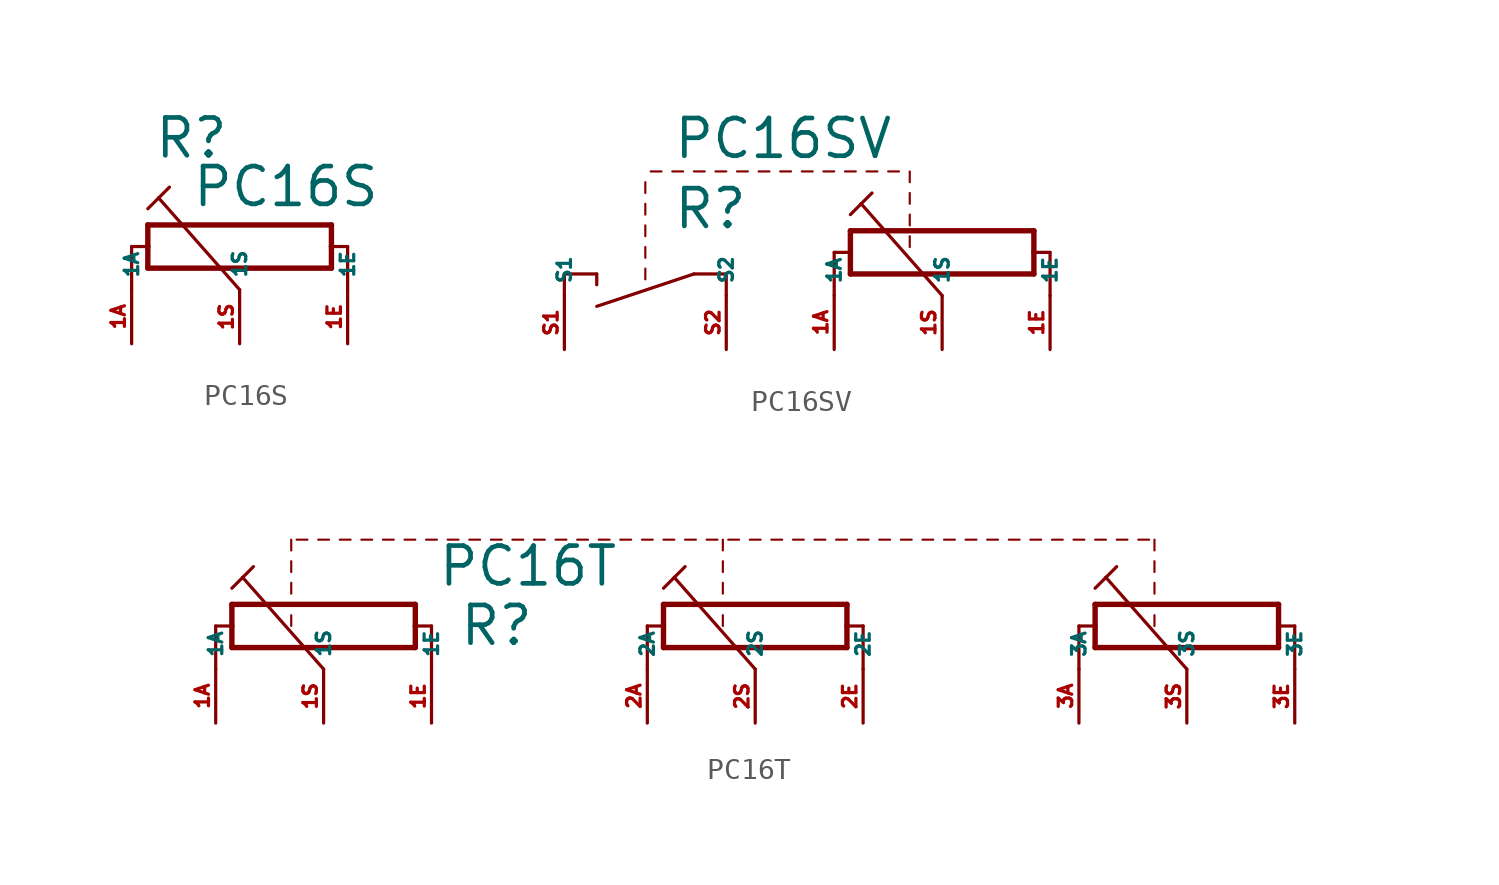
<source format=kicad_sym>
(kicad_symbol_lib
  (version 20220914)
  (generator Eagle2Kicad)
  (symbol "PC16S"
    (property "Reference" "R"
      (at -4.064 3.556 0)
      (effects (font (size 1.778 1.778) (thickness 0.22)) (justify left bottom)))
    (property "Value" "PC16S"
      (at -2.286 1.27 0)
      (effects (font (size 1.778 1.778) (thickness 0.22)) (justify left bottom)))
    (polyline
      (pts (xy -4.318 -1.524) (xy -4.318 -0.508))
      (stroke (width 0.254) (type default))
      (fill (type none)))
    (polyline
      (pts (xy -4.318 -0.508) (xy -4.318 0.508))
      (stroke (width 0.254) (type default))
      (fill (type none)))
    (polyline
      (pts (xy -4.318 0.508) (xy 4.318 0.508))
      (stroke (width 0.254) (type default))
      (fill (type none)))
    (polyline
      (pts (xy 4.318 0.508) (xy 4.318 -0.508))
      (stroke (width 0.254) (type default))
      (fill (type none)))
    (polyline
      (pts (xy 4.318 -0.508) (xy 4.318 -1.524))
      (stroke (width 0.254) (type default))
      (fill (type none)))
    (polyline
      (pts (xy 4.318 -1.524) (xy -4.318 -1.524))
      (stroke (width 0.254) (type default))
      (fill (type none)))
    (polyline
      (pts (xy -5.08 -2.54) (xy -5.08 -0.508))
      (stroke (width 0.152) (type default))
      (fill (type none)))
    (polyline
      (pts (xy -5.08 -0.508) (xy -4.318 -0.508))
      (stroke (width 0.152) (type default))
      (fill (type none)))
    (polyline
      (pts (xy 5.08 -2.54) (xy 5.08 -0.508))
      (stroke (width 0.152) (type default))
      (fill (type none)))
    (polyline
      (pts (xy 5.08 -0.508) (xy 4.318 -0.508))
      (stroke (width 0.152) (type default))
      (fill (type none)))
    (polyline
      (pts (xy 0 -2.54) (xy -3.81 1.778))
      (stroke (width 0.152) (type default))
      (fill (type none)))
    (polyline
      (pts (xy -4.318 1.27) (xy -3.81 1.778))
      (stroke (width 0.152) (type default))
      (fill (type none)))
    (polyline
      (pts (xy -3.81 1.778) (xy -3.302 2.286))
      (stroke (width 0.152) (type default))
      (fill (type none)))
    (pin passive line
      (at -5.08 -5.08 90)
      (length 2.54)
      (name "1A" (effects (font (size 0.635 0.635) (thickness 0.08)) (justify left bottom)))
      (number "1A" (effects (font (size 0.635 0.635) (thickness 0.08)) (justify left bottom))))
    (pin passive line
      (at 0 -5.08 90)
      (length 2.54)
      (name "1S" (effects (font (size 0.635 0.635) (thickness 0.08)) (justify left bottom)))
      (number "1S" (effects (font (size 0.635 0.635) (thickness 0.08)) (justify left bottom))))
    (pin passive line
      (at 5.08 -5.08 90)
      (length 2.54)
      (name "1E" (effects (font (size 0.635 0.635) (thickness 0.08)) (justify left bottom)))
      (number "1E" (effects (font (size 0.635 0.635) (thickness 0.08)) (justify left bottom)))))
  (symbol "PC16SV"
    (property "Reference" "R"
      (at -7.62 0.508 0)
      (effects (font (size 1.778 1.778) (thickness 0.22)) (justify left bottom)))
    (property "Value" "PC16SV"
      (at -7.62 3.81 0)
      (effects (font (size 1.778 1.778) (thickness 0.22)) (justify left bottom)))
    (polyline
      (pts (xy 0.762 -1.524) (xy 0.762 -0.508))
      (stroke (width 0.254) (type default))
      (fill (type none)))
    (polyline
      (pts (xy 0.762 -0.508) (xy 0.762 0.508))
      (stroke (width 0.254) (type default))
      (fill (type none)))
    (polyline
      (pts (xy 0.762 0.508) (xy 9.398 0.508))
      (stroke (width 0.254) (type default))
      (fill (type none)))
    (polyline
      (pts (xy 9.398 0.508) (xy 9.398 -0.508))
      (stroke (width 0.254) (type default))
      (fill (type none)))
    (polyline
      (pts (xy 9.398 -0.508) (xy 9.398 -1.524))
      (stroke (width 0.254) (type default))
      (fill (type none)))
    (polyline
      (pts (xy 9.398 -1.524) (xy 0.762 -1.524))
      (stroke (width 0.254) (type default))
      (fill (type none)))
    (polyline
      (pts (xy 0 -2.54) (xy 0 -0.508))
      (stroke (width 0.152) (type default))
      (fill (type none)))
    (polyline
      (pts (xy 0 -0.508) (xy 0.762 -0.508))
      (stroke (width 0.152) (type default))
      (fill (type none)))
    (polyline
      (pts (xy 10.16 -2.54) (xy 10.16 -0.508))
      (stroke (width 0.152) (type default))
      (fill (type none)))
    (polyline
      (pts (xy 10.16 -0.508) (xy 9.398 -0.508))
      (stroke (width 0.152) (type default))
      (fill (type none)))
    (polyline
      (pts (xy 5.08 -2.54) (xy 1.27 1.778))
      (stroke (width 0.152) (type default))
      (fill (type none)))
    (polyline
      (pts (xy 0.762 1.27) (xy 1.27 1.778))
      (stroke (width 0.152) (type default))
      (fill (type none)))
    (polyline
      (pts (xy 1.27 1.778) (xy 1.778 2.286))
      (stroke (width 0.152) (type default))
      (fill (type none)))
    (polyline
      (pts (xy -12.7 -2.54) (xy -12.7 -1.524))
      (stroke (width 0.152) (type default))
      (fill (type none)))
    (polyline
      (pts (xy -12.7 -1.524) (xy -11.176 -1.524))
      (stroke (width 0.152) (type default))
      (fill (type none)))
    (polyline
      (pts (xy -5.08 -2.54) (xy -5.08 -1.524))
      (stroke (width 0.152) (type default))
      (fill (type none)))
    (polyline
      (pts (xy -6.604 -1.524) (xy -5.08 -1.524))
      (stroke (width 0.152) (type default))
      (fill (type none)))
    (polyline
      (pts (xy -6.604 -1.524) (xy -11.176 -3.048))
      (stroke (width 0.152) (type default))
      (fill (type none)))
    (polyline
      (pts (xy -11.176 -1.524) (xy -11.176 -2.032))
      (stroke (width 0.152) (type default))
      (fill (type none)))
    (polyline
      (pts (xy 3.556 3.302) (xy 3.556 2.794))
      (stroke (width 0.102) (type default))
      (fill (type none)))
    (polyline
      (pts (xy 3.556 2.286) (xy 3.556 1.778))
      (stroke (width 0.102) (type default))
      (fill (type none)))
    (polyline
      (pts (xy 3.556 1.27) (xy 3.556 0.762))
      (stroke (width 0.102) (type default))
      (fill (type none)))
    (polyline
      (pts (xy 3.556 0.254) (xy 3.556 -0.254))
      (stroke (width 0.102) (type default))
      (fill (type none)))
    (polyline
      (pts (xy -5.08 3.302) (xy -5.588 3.302))
      (stroke (width 0.102) (type default))
      (fill (type none)))
    (polyline
      (pts (xy -6.096 3.302) (xy -6.604 3.302))
      (stroke (width 0.102) (type default))
      (fill (type none)))
    (polyline
      (pts (xy -7.112 3.302) (xy -7.62 3.302))
      (stroke (width 0.102) (type default))
      (fill (type none)))
    (polyline
      (pts (xy -8.128 3.302) (xy -8.636 3.302))
      (stroke (width 0.102) (type default))
      (fill (type none)))
    (polyline
      (pts (xy -1.016 3.302) (xy -1.524 3.302))
      (stroke (width 0.102) (type default))
      (fill (type none)))
    (polyline
      (pts (xy -2.032 3.302) (xy -2.54 3.302))
      (stroke (width 0.102) (type default))
      (fill (type none)))
    (polyline
      (pts (xy -3.048 3.302) (xy -3.556 3.302))
      (stroke (width 0.102) (type default))
      (fill (type none)))
    (polyline
      (pts (xy -4.064 3.302) (xy -4.572 3.302))
      (stroke (width 0.102) (type default))
      (fill (type none)))
    (polyline
      (pts (xy 3.048 3.302) (xy 2.54 3.302))
      (stroke (width 0.102) (type default))
      (fill (type none)))
    (polyline
      (pts (xy 2.032 3.302) (xy 1.524 3.302))
      (stroke (width 0.102) (type default))
      (fill (type none)))
    (polyline
      (pts (xy 1.016 3.302) (xy 0.508 3.302))
      (stroke (width 0.102) (type default))
      (fill (type none)))
    (polyline
      (pts (xy 0 3.302) (xy -0.508 3.302))
      (stroke (width 0.102) (type default))
      (fill (type none)))
    (polyline
      (pts (xy -8.89 1.778) (xy -8.89 1.27))
      (stroke (width 0.102) (type default))
      (fill (type none)))
    (polyline
      (pts (xy -8.89 0.762) (xy -8.89 0.254))
      (stroke (width 0.102) (type default))
      (fill (type none)))
    (polyline
      (pts (xy -8.89 -0.254) (xy -8.89 -0.762))
      (stroke (width 0.102) (type default))
      (fill (type none)))
    (polyline
      (pts (xy -8.89 -1.27) (xy -8.89 -1.778))
      (stroke (width 0.102) (type default))
      (fill (type none)))
    (polyline
      (pts (xy -8.89 2.794) (xy -8.89 2.286))
      (stroke (width 0.102) (type default))
      (fill (type none)))
    (pin passive line
      (at 0 -5.08 90)
      (length 2.54)
      (name "1A" (effects (font (size 0.635 0.635) (thickness 0.08)) (justify left bottom)))
      (number "1A" (effects (font (size 0.635 0.635) (thickness 0.08)) (justify left bottom))))
    (pin passive line
      (at 5.08 -5.08 90)
      (length 2.54)
      (name "1S" (effects (font (size 0.635 0.635) (thickness 0.08)) (justify left bottom)))
      (number "1S" (effects (font (size 0.635 0.635) (thickness 0.08)) (justify left bottom))))
    (pin passive line
      (at 10.16 -5.08 90)
      (length 2.54)
      (name "1E" (effects (font (size 0.635 0.635) (thickness 0.08)) (justify left bottom)))
      (number "1E" (effects (font (size 0.635 0.635) (thickness 0.08)) (justify left bottom))))
    (pin passive line
      (at -12.7 -5.08 90)
      (length 2.54)
      (name "S1" (effects (font (size 0.635 0.635) (thickness 0.08)) (justify left bottom)))
      (number "S1" (effects (font (size 0.635 0.635) (thickness 0.08)) (justify left bottom))))
    (pin passive line
      (at -5.08 -5.08 90)
      (length 2.54)
      (name "S2" (effects (font (size 0.635 0.635) (thickness 0.08)) (justify left bottom)))
      (number "S2" (effects (font (size 0.635 0.635) (thickness 0.08)) (justify left bottom)))))
  (symbol "PC16T"
    (property "Reference" "R"
      (at -13.97 -1.524 0)
      (effects (font (size 1.778 1.778) (thickness 0.22)) (justify left bottom)))
    (property "Value" "PC16T"
      (at -14.986 1.27 0)
      (effects (font (size 1.778 1.778) (thickness 0.22)) (justify left bottom)))
    (polyline
      (pts (xy -24.638 -1.524) (xy -24.638 -0.508))
      (stroke (width 0.254) (type default))
      (fill (type none)))
    (polyline
      (pts (xy -24.638 -0.508) (xy -24.638 0.508))
      (stroke (width 0.254) (type default))
      (fill (type none)))
    (polyline
      (pts (xy -24.638 0.508) (xy -16.002 0.508))
      (stroke (width 0.254) (type default))
      (fill (type none)))
    (polyline
      (pts (xy -16.002 0.508) (xy -16.002 -0.508))
      (stroke (width 0.254) (type default))
      (fill (type none)))
    (polyline
      (pts (xy -16.002 -0.508) (xy -16.002 -1.524))
      (stroke (width 0.254) (type default))
      (fill (type none)))
    (polyline
      (pts (xy -16.002 -1.524) (xy -24.638 -1.524))
      (stroke (width 0.254) (type default))
      (fill (type none)))
    (polyline
      (pts (xy -25.4 -2.54) (xy -25.4 -0.508))
      (stroke (width 0.152) (type default))
      (fill (type none)))
    (polyline
      (pts (xy -25.4 -0.508) (xy -24.638 -0.508))
      (stroke (width 0.152) (type default))
      (fill (type none)))
    (polyline
      (pts (xy -15.24 -2.54) (xy -15.24 -0.508))
      (stroke (width 0.152) (type default))
      (fill (type none)))
    (polyline
      (pts (xy -15.24 -0.508) (xy -16.002 -0.508))
      (stroke (width 0.152) (type default))
      (fill (type none)))
    (polyline
      (pts (xy -20.32 -2.54) (xy -24.13 1.778))
      (stroke (width 0.152) (type default))
      (fill (type none)))
    (polyline
      (pts (xy -24.638 1.27) (xy -24.13 1.778))
      (stroke (width 0.152) (type default))
      (fill (type none)))
    (polyline
      (pts (xy -24.13 1.778) (xy -23.622 2.286))
      (stroke (width 0.152) (type default))
      (fill (type none)))
    (polyline
      (pts (xy -21.844 -0.508) (xy -21.844 0))
      (stroke (width 0.102) (type default))
      (fill (type none)))
    (polyline
      (pts (xy -21.844 1.016) (xy -21.844 1.524))
      (stroke (width 0.102) (type default))
      (fill (type none)))
    (polyline
      (pts (xy -21.844 2.032) (xy -21.844 2.54))
      (stroke (width 0.102) (type default))
      (fill (type none)))
    (polyline
      (pts (xy -21.844 3.048) (xy -21.844 3.556))
      (stroke (width 0.102) (type default))
      (fill (type none)))
    (polyline
      (pts (xy -18.034 3.556) (xy -18.542 3.556))
      (stroke (width 0.102) (type default))
      (fill (type none)))
    (polyline
      (pts (xy -19.05 3.556) (xy -19.558 3.556))
      (stroke (width 0.102) (type default))
      (fill (type none)))
    (polyline
      (pts (xy -20.066 3.556) (xy -20.574 3.556))
      (stroke (width 0.102) (type default))
      (fill (type none)))
    (polyline
      (pts (xy -21.082 3.556) (xy -21.59 3.556))
      (stroke (width 0.102) (type default))
      (fill (type none)))
    (polyline
      (pts (xy -13.97 3.556) (xy -14.478 3.556))
      (stroke (width 0.102) (type default))
      (fill (type none)))
    (polyline
      (pts (xy -14.986 3.556) (xy -15.494 3.556))
      (stroke (width 0.102) (type default))
      (fill (type none)))
    (polyline
      (pts (xy -16.002 3.556) (xy -16.51 3.556))
      (stroke (width 0.102) (type default))
      (fill (type none)))
    (polyline
      (pts (xy -17.018 3.556) (xy -17.526 3.556))
      (stroke (width 0.102) (type default))
      (fill (type none)))
    (polyline
      (pts (xy -9.906 3.556) (xy -10.414 3.556))
      (stroke (width 0.102) (type default))
      (fill (type none)))
    (polyline
      (pts (xy -10.922 3.556) (xy -11.43 3.556))
      (stroke (width 0.102) (type default))
      (fill (type none)))
    (polyline
      (pts (xy -11.938 3.556) (xy -12.446 3.556))
      (stroke (width 0.102) (type default))
      (fill (type none)))
    (polyline
      (pts (xy -12.954 3.556) (xy -13.462 3.556))
      (stroke (width 0.102) (type default))
      (fill (type none)))
    (polyline
      (pts (xy -5.842 3.556) (xy -6.35 3.556))
      (stroke (width 0.102) (type default))
      (fill (type none)))
    (polyline
      (pts (xy -6.858 3.556) (xy -7.366 3.556))
      (stroke (width 0.102) (type default))
      (fill (type none)))
    (polyline
      (pts (xy -7.874 3.556) (xy -8.382 3.556))
      (stroke (width 0.102) (type default))
      (fill (type none)))
    (polyline
      (pts (xy -8.89 3.556) (xy -9.398 3.556))
      (stroke (width 0.102) (type default))
      (fill (type none)))
    (polyline
      (pts (xy -1.778 3.556) (xy -2.286 3.556))
      (stroke (width 0.102) (type default))
      (fill (type none)))
    (polyline
      (pts (xy -2.794 3.556) (xy -3.302 3.556))
      (stroke (width 0.102) (type default))
      (fill (type none)))
    (polyline
      (pts (xy -3.81 3.556) (xy -4.318 3.556))
      (stroke (width 0.102) (type default))
      (fill (type none)))
    (polyline
      (pts (xy -4.826 3.556) (xy -5.334 3.556))
      (stroke (width 0.102) (type default))
      (fill (type none)))
    (polyline
      (pts (xy -4.318 -1.524) (xy -4.318 -0.508))
      (stroke (width 0.254) (type default))
      (fill (type none)))
    (polyline
      (pts (xy -4.318 -0.508) (xy -4.318 0.508))
      (stroke (width 0.254) (type default))
      (fill (type none)))
    (polyline
      (pts (xy -4.318 0.508) (xy 4.318 0.508))
      (stroke (width 0.254) (type default))
      (fill (type none)))
    (polyline
      (pts (xy 4.318 0.508) (xy 4.318 -0.508))
      (stroke (width 0.254) (type default))
      (fill (type none)))
    (polyline
      (pts (xy 4.318 -0.508) (xy 4.318 -1.524))
      (stroke (width 0.254) (type default))
      (fill (type none)))
    (polyline
      (pts (xy 4.318 -1.524) (xy -4.318 -1.524))
      (stroke (width 0.254) (type default))
      (fill (type none)))
    (polyline
      (pts (xy -5.08 -2.54) (xy -5.08 -0.508))
      (stroke (width 0.152) (type default))
      (fill (type none)))
    (polyline
      (pts (xy -5.08 -0.508) (xy -4.318 -0.508))
      (stroke (width 0.152) (type default))
      (fill (type none)))
    (polyline
      (pts (xy 5.08 -2.54) (xy 5.08 -0.508))
      (stroke (width 0.152) (type default))
      (fill (type none)))
    (polyline
      (pts (xy 5.08 -0.508) (xy 4.318 -0.508))
      (stroke (width 0.152) (type default))
      (fill (type none)))
    (polyline
      (pts (xy 0 -2.54) (xy -3.81 1.778))
      (stroke (width 0.152) (type default))
      (fill (type none)))
    (polyline
      (pts (xy -4.318 1.27) (xy -3.81 1.778))
      (stroke (width 0.152) (type default))
      (fill (type none)))
    (polyline
      (pts (xy -3.81 1.778) (xy -3.302 2.286))
      (stroke (width 0.152) (type default))
      (fill (type none)))
    (polyline
      (pts (xy -1.524 -0.508) (xy -1.524 0))
      (stroke (width 0.102) (type default))
      (fill (type none)))
    (polyline
      (pts (xy -1.524 1.016) (xy -1.524 1.524))
      (stroke (width 0.102) (type default))
      (fill (type none)))
    (polyline
      (pts (xy -1.524 2.032) (xy -1.524 2.54))
      (stroke (width 0.102) (type default))
      (fill (type none)))
    (polyline
      (pts (xy -1.524 3.048) (xy -1.524 3.556))
      (stroke (width 0.102) (type default))
      (fill (type none)))
    (polyline
      (pts (xy 2.286 3.556) (xy 1.778 3.556))
      (stroke (width 0.102) (type default))
      (fill (type none)))
    (polyline
      (pts (xy 1.27 3.556) (xy 0.762 3.556))
      (stroke (width 0.102) (type default))
      (fill (type none)))
    (polyline
      (pts (xy 0.254 3.556) (xy -0.254 3.556))
      (stroke (width 0.102) (type default))
      (fill (type none)))
    (polyline
      (pts (xy -0.762 3.556) (xy -1.27 3.556))
      (stroke (width 0.102) (type default))
      (fill (type none)))
    (polyline
      (pts (xy 6.35 3.556) (xy 5.842 3.556))
      (stroke (width 0.102) (type default))
      (fill (type none)))
    (polyline
      (pts (xy 5.334 3.556) (xy 4.826 3.556))
      (stroke (width 0.102) (type default))
      (fill (type none)))
    (polyline
      (pts (xy 4.318 3.556) (xy 3.81 3.556))
      (stroke (width 0.102) (type default))
      (fill (type none)))
    (polyline
      (pts (xy 3.302 3.556) (xy 2.794 3.556))
      (stroke (width 0.102) (type default))
      (fill (type none)))
    (polyline
      (pts (xy 10.414 3.556) (xy 9.906 3.556))
      (stroke (width 0.102) (type default))
      (fill (type none)))
    (polyline
      (pts (xy 9.398 3.556) (xy 8.89 3.556))
      (stroke (width 0.102) (type default))
      (fill (type none)))
    (polyline
      (pts (xy 8.382 3.556) (xy 7.874 3.556))
      (stroke (width 0.102) (type default))
      (fill (type none)))
    (polyline
      (pts (xy 7.366 3.556) (xy 6.858 3.556))
      (stroke (width 0.102) (type default))
      (fill (type none)))
    (polyline
      (pts (xy 14.478 3.556) (xy 13.97 3.556))
      (stroke (width 0.102) (type default))
      (fill (type none)))
    (polyline
      (pts (xy 13.462 3.556) (xy 12.954 3.556))
      (stroke (width 0.102) (type default))
      (fill (type none)))
    (polyline
      (pts (xy 12.446 3.556) (xy 11.938 3.556))
      (stroke (width 0.102) (type default))
      (fill (type none)))
    (polyline
      (pts (xy 11.43 3.556) (xy 10.922 3.556))
      (stroke (width 0.102) (type default))
      (fill (type none)))
    (polyline
      (pts (xy 18.542 3.556) (xy 18.034 3.556))
      (stroke (width 0.102) (type default))
      (fill (type none)))
    (polyline
      (pts (xy 17.526 3.556) (xy 17.018 3.556))
      (stroke (width 0.102) (type default))
      (fill (type none)))
    (polyline
      (pts (xy 16.51 3.556) (xy 16.002 3.556))
      (stroke (width 0.102) (type default))
      (fill (type none)))
    (polyline
      (pts (xy 15.494 3.556) (xy 14.986 3.556))
      (stroke (width 0.102) (type default))
      (fill (type none)))
    (polyline
      (pts (xy 16.002 -1.524) (xy 16.002 -0.508))
      (stroke (width 0.254) (type default))
      (fill (type none)))
    (polyline
      (pts (xy 16.002 -0.508) (xy 16.002 0.508))
      (stroke (width 0.254) (type default))
      (fill (type none)))
    (polyline
      (pts (xy 16.002 0.508) (xy 24.638 0.508))
      (stroke (width 0.254) (type default))
      (fill (type none)))
    (polyline
      (pts (xy 24.638 0.508) (xy 24.638 -0.508))
      (stroke (width 0.254) (type default))
      (fill (type none)))
    (polyline
      (pts (xy 24.638 -0.508) (xy 24.638 -1.524))
      (stroke (width 0.254) (type default))
      (fill (type none)))
    (polyline
      (pts (xy 24.638 -1.524) (xy 16.002 -1.524))
      (stroke (width 0.254) (type default))
      (fill (type none)))
    (polyline
      (pts (xy 15.24 -2.54) (xy 15.24 -0.508))
      (stroke (width 0.152) (type default))
      (fill (type none)))
    (polyline
      (pts (xy 15.24 -0.508) (xy 16.002 -0.508))
      (stroke (width 0.152) (type default))
      (fill (type none)))
    (polyline
      (pts (xy 25.4 -2.54) (xy 25.4 -0.508))
      (stroke (width 0.152) (type default))
      (fill (type none)))
    (polyline
      (pts (xy 25.4 -0.508) (xy 24.638 -0.508))
      (stroke (width 0.152) (type default))
      (fill (type none)))
    (polyline
      (pts (xy 20.32 -2.54) (xy 16.51 1.778))
      (stroke (width 0.152) (type default))
      (fill (type none)))
    (polyline
      (pts (xy 16.002 1.27) (xy 16.51 1.778))
      (stroke (width 0.152) (type default))
      (fill (type none)))
    (polyline
      (pts (xy 16.51 1.778) (xy 17.018 2.286))
      (stroke (width 0.152) (type default))
      (fill (type none)))
    (polyline
      (pts (xy 18.796 -0.508) (xy 18.796 0))
      (stroke (width 0.102) (type default))
      (fill (type none)))
    (polyline
      (pts (xy 18.796 1.016) (xy 18.796 1.524))
      (stroke (width 0.102) (type default))
      (fill (type none)))
    (polyline
      (pts (xy 18.796 2.032) (xy 18.796 2.54))
      (stroke (width 0.102) (type default))
      (fill (type none)))
    (polyline
      (pts (xy 18.796 3.048) (xy 18.796 3.556))
      (stroke (width 0.102) (type default))
      (fill (type none)))
    (pin passive line
      (at -25.4 -5.08 90)
      (length 2.54)
      (name "1A" (effects (font (size 0.635 0.635) (thickness 0.08)) (justify left bottom)))
      (number "1A" (effects (font (size 0.635 0.635) (thickness 0.08)) (justify left bottom))))
    (pin passive line
      (at -20.32 -5.08 90)
      (length 2.54)
      (name "1S" (effects (font (size 0.635 0.635) (thickness 0.08)) (justify left bottom)))
      (number "1S" (effects (font (size 0.635 0.635) (thickness 0.08)) (justify left bottom))))
    (pin passive line
      (at -15.24 -5.08 90)
      (length 2.54)
      (name "1E" (effects (font (size 0.635 0.635) (thickness 0.08)) (justify left bottom)))
      (number "1E" (effects (font (size 0.635 0.635) (thickness 0.08)) (justify left bottom))))
    (pin passive line
      (at -5.08 -5.08 90)
      (length 2.54)
      (name "2A" (effects (font (size 0.635 0.635) (thickness 0.08)) (justify left bottom)))
      (number "2A" (effects (font (size 0.635 0.635) (thickness 0.08)) (justify left bottom))))
    (pin passive line
      (at 0 -5.08 90)
      (length 2.54)
      (name "2S" (effects (font (size 0.635 0.635) (thickness 0.08)) (justify left bottom)))
      (number "2S" (effects (font (size 0.635 0.635) (thickness 0.08)) (justify left bottom))))
    (pin passive line
      (at 5.08 -5.08 90)
      (length 2.54)
      (name "2E" (effects (font (size 0.635 0.635) (thickness 0.08)) (justify left bottom)))
      (number "2E" (effects (font (size 0.635 0.635) (thickness 0.08)) (justify left bottom))))
    (pin passive line
      (at 15.24 -5.08 90)
      (length 2.54)
      (name "3A" (effects (font (size 0.635 0.635) (thickness 0.08)) (justify left bottom)))
      (number "3A" (effects (font (size 0.635 0.635) (thickness 0.08)) (justify left bottom))))
    (pin passive line
      (at 20.32 -5.08 90)
      (length 2.54)
      (name "3S" (effects (font (size 0.635 0.635) (thickness 0.08)) (justify left bottom)))
      (number "3S" (effects (font (size 0.635 0.635) (thickness 0.08)) (justify left bottom))))
    (pin passive line
      (at 25.4 -5.08 90)
      (length 2.54)
      (name "3E" (effects (font (size 0.635 0.635) (thickness 0.08)) (justify left bottom)))
      (number "3E" (effects (font (size 0.635 0.635) (thickness 0.08)) (justify left bottom))))))
</source>
